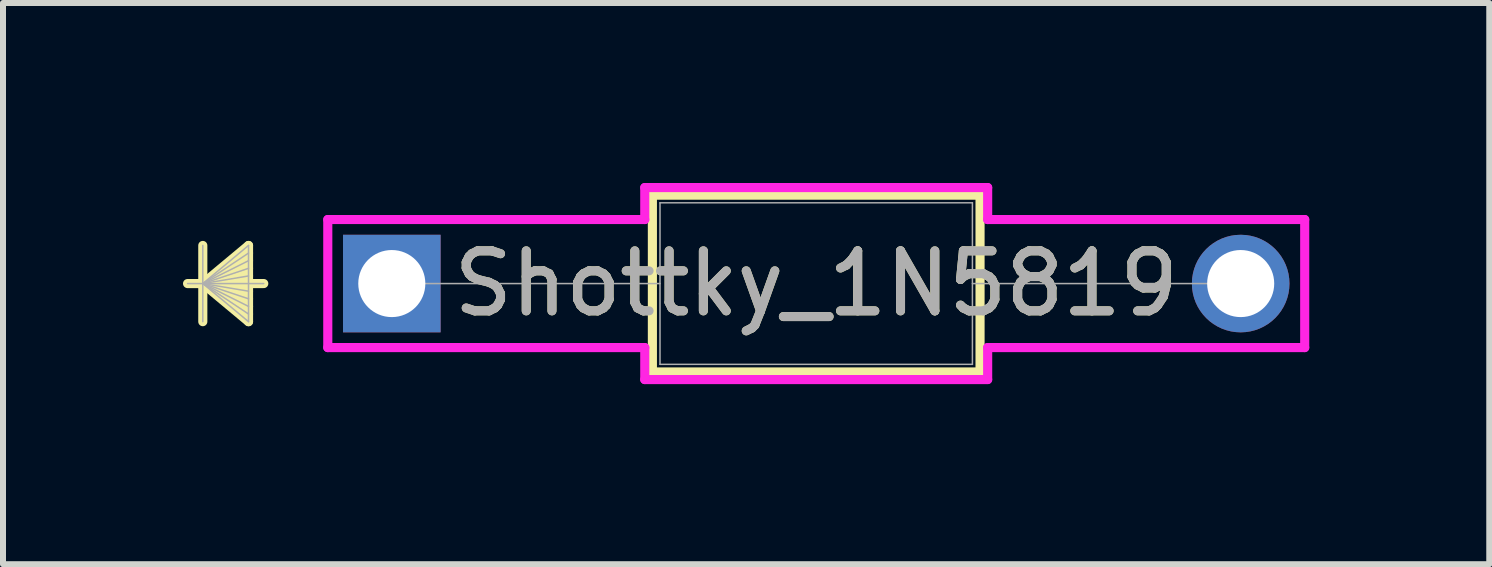
<source format=kicad_pcb>
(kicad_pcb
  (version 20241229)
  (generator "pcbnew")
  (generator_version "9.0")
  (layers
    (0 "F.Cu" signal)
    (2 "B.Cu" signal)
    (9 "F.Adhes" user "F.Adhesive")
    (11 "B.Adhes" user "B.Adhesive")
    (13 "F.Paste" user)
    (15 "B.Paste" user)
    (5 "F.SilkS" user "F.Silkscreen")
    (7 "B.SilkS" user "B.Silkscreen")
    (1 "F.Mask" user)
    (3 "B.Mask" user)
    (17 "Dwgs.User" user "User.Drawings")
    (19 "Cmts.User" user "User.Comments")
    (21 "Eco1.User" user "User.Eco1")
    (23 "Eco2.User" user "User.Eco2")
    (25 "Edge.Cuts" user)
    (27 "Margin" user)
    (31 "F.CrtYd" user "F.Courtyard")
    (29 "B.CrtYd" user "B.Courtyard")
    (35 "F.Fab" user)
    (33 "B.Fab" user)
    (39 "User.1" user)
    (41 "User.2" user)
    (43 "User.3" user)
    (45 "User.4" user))
  (footprint "Shottky_1N5819"
    (layer "F.Cu")
    (at 3.48 1.676)
    (property "Reference" "Shottky_1N5819" (at 7.074 0 0) (unlocked yes) (layer "F.SilkS") (effects (font (size 1 1) (thickness 0.15))))
    (attr through_hole)
    (fp_line (start -3.15 -0.635) (end -3.15 0.635) (stroke (width 0.152) (type solid)) (layer "F.SilkS"))
    (fp_line (start -3.15 0) (end -2.388 -0.635) (stroke (width 0.152) (type solid)) (layer "F.SilkS"))
    (fp_line (start -3.15 0) (end -2.388 -0.508) (stroke (width 0.152) (type solid)) (layer "F.SilkS"))
    (fp_line (start -3.15 0) (end -2.388 -0.381) (stroke (width 0.152) (type solid)) (layer "F.SilkS"))
    (fp_line (start -3.15 0) (end -2.388 -0.254) (stroke (width 0.152) (type solid)) (layer "F.SilkS"))
    (fp_line (start -3.15 0) (end -2.388 -0.127) (stroke (width 0.152) (type solid)) (layer "F.SilkS"))
    (fp_line (start -3.15 0) (end -2.388 0.127) (stroke (width 0.152) (type solid)) (layer "F.SilkS"))
    (fp_line (start -3.15 0) (end -2.388 0.254) (stroke (width 0.152) (type solid)) (layer "F.SilkS"))
    (fp_line (start -3.15 0) (end -2.388 0.381) (stroke (width 0.152) (type solid)) (layer "F.SilkS"))
    (fp_line (start -3.15 0) (end -2.388 0.508) (stroke (width 0.152) (type solid)) (layer "F.SilkS"))
    (fp_line (start -3.15 0) (end -2.388 0.635) (stroke (width 0.152) (type solid)) (layer "F.SilkS"))
    (fp_line (start -2.388 -0.635) (end -2.388 0.635) (stroke (width 0.152) (type solid)) (layer "F.SilkS"))
    (fp_line (start -2.134 0) (end -3.404 0) (stroke (width 0.152) (type solid)) (layer "F.SilkS"))
    (fp_line (start 4.343 -1.473) (end 4.343 1.473) (stroke (width 0.152) (type solid)) (layer "F.SilkS"))
    (fp_line (start 4.343 1.473) (end 9.804 1.473) (stroke (width 0.152) (type solid)) (layer "F.SilkS"))
    (fp_line (start 9.804 -1.473) (end 4.343 -1.473) (stroke (width 0.152) (type solid)) (layer "F.SilkS"))
    (fp_line (start 9.804 1.473) (end 9.804 -1.473) (stroke (width 0.152) (type solid)) (layer "F.SilkS"))
    (fp_line (start -1.067 -1.067) (end 4.216 -1.067) (stroke (width 0.152) (type solid)) (layer "F.CrtYd"))
    (fp_line (start -1.067 1.067) (end -1.067 -1.067) (stroke (width 0.152) (type solid)) (layer "F.CrtYd"))
    (fp_line (start -1.067 1.067) (end 4.216 1.067) (stroke (width 0.152) (type solid)) (layer "F.CrtYd"))
    (fp_line (start 4.216 -1.6) (end 9.931 -1.6) (stroke (width 0.152) (type solid)) (layer "F.CrtYd"))
    (fp_line (start 4.216 -1.067) (end 4.216 -1.6) (stroke (width 0.152) (type solid)) (layer "F.CrtYd"))
    (fp_line (start 4.216 1.067) (end 4.216 1.6) (stroke (width 0.152) (type solid)) (layer "F.CrtYd"))
    (fp_line (start 4.216 1.6) (end 9.931 1.6) (stroke (width 0.152) (type solid)) (layer "F.CrtYd"))
    (fp_line (start 9.931 -1.6) (end 9.931 -1.067) (stroke (width 0.152) (type solid)) (layer "F.CrtYd"))
    (fp_line (start 9.931 -1.067) (end 15.215 -1.067) (stroke (width 0.152) (type solid)) (layer "F.CrtYd"))
    (fp_line (start 9.931 1.067) (end 15.215 1.067) (stroke (width 0.152) (type solid)) (layer "F.CrtYd"))
    (fp_line (start 9.931 1.6) (end 9.931 1.067) (stroke (width 0.152) (type solid)) (layer "F.CrtYd"))
    (fp_line (start 15.215 -1.067) (end 15.215 1.067) (stroke (width 0.152) (type solid)) (layer "F.CrtYd"))
    (fp_line (start -3.15 -0.635) (end -3.15 0.635) (stroke (width 0.025) (type solid)) (layer "F.Fab"))
    (fp_line (start -3.15 0) (end -2.388 -0.635) (stroke (width 0.025) (type solid)) (layer "F.Fab"))
    (fp_line (start -3.15 0) (end -2.388 -0.508) (stroke (width 0.025) (type solid)) (layer "F.Fab"))
    (fp_line (start -3.15 0) (end -2.388 -0.381) (stroke (width 0.025) (type solid)) (layer "F.Fab"))
    (fp_line (start -3.15 0) (end -2.388 -0.254) (stroke (width 0.025) (type solid)) (layer "F.Fab"))
    (fp_line (start -3.15 0) (end -2.388 -0.127) (stroke (width 0.025) (type solid)) (layer "F.Fab"))
    (fp_line (start -3.15 0) (end -2.388 0.127) (stroke (width 0.025) (type solid)) (layer "F.Fab"))
    (fp_line (start -3.15 0) (end -2.388 0.254) (stroke (width 0.025) (type solid)) (layer "F.Fab"))
    (fp_line (start -3.15 0) (end -2.388 0.381) (stroke (width 0.025) (type solid)) (layer "F.Fab"))
    (fp_line (start -3.15 0) (end -2.388 0.508) (stroke (width 0.025) (type solid)) (layer "F.Fab"))
    (fp_line (start -3.15 0) (end -2.388 0.635) (stroke (width 0.025) (type solid)) (layer "F.Fab"))
    (fp_line (start -2.388 -0.635) (end -2.388 0.635) (stroke (width 0.025) (type solid)) (layer "F.Fab"))
    (fp_line (start -2.134 0) (end -3.404 0) (stroke (width 0.025) (type solid)) (layer "F.Fab"))
    (fp_line (start 0 0) (end 4.47 0) (stroke (width 0.025) (type solid)) (layer "F.Fab"))
    (fp_line (start 4.47 -1.346) (end 4.47 1.346) (stroke (width 0.025) (type solid)) (layer "F.Fab"))
    (fp_line (start 4.47 1.346) (end 9.677 1.346) (stroke (width 0.025) (type solid)) (layer "F.Fab"))
    (fp_line (start 9.677 -1.346) (end 4.47 -1.346) (stroke (width 0.025) (type solid)) (layer "F.Fab"))
    (fp_line (start 9.677 1.346) (end 9.677 -1.346) (stroke (width 0.025) (type solid)) (layer "F.Fab"))
    (fp_line (start 14.148 0) (end 9.677 0) (stroke (width 0.025) (type solid)) (layer "F.Fab"))
    (fp_text user "${REFERENCE}" (at 7.074 0 0) (unlocked yes) (layer "F.Fab") (effects (font (size 1 1) (thickness 0.15))))
    (pad "1" thru_hole rect (at 0 0) (size 1.626 1.626) (drill 1.118) (layers "*.Cu" "*.Mask"))
    (pad "2" thru_hole circle (at 14.148 0) (size 1.626 1.626) (drill 1.118) (layers "*.Cu" "*.Mask")))
  (gr_rect
    (start -3 -3)
    (end 21.771 6.353)
    (stroke (width 0.1) (type default))
    (fill no)
    (layer "Edge.Cuts")))
</source>
